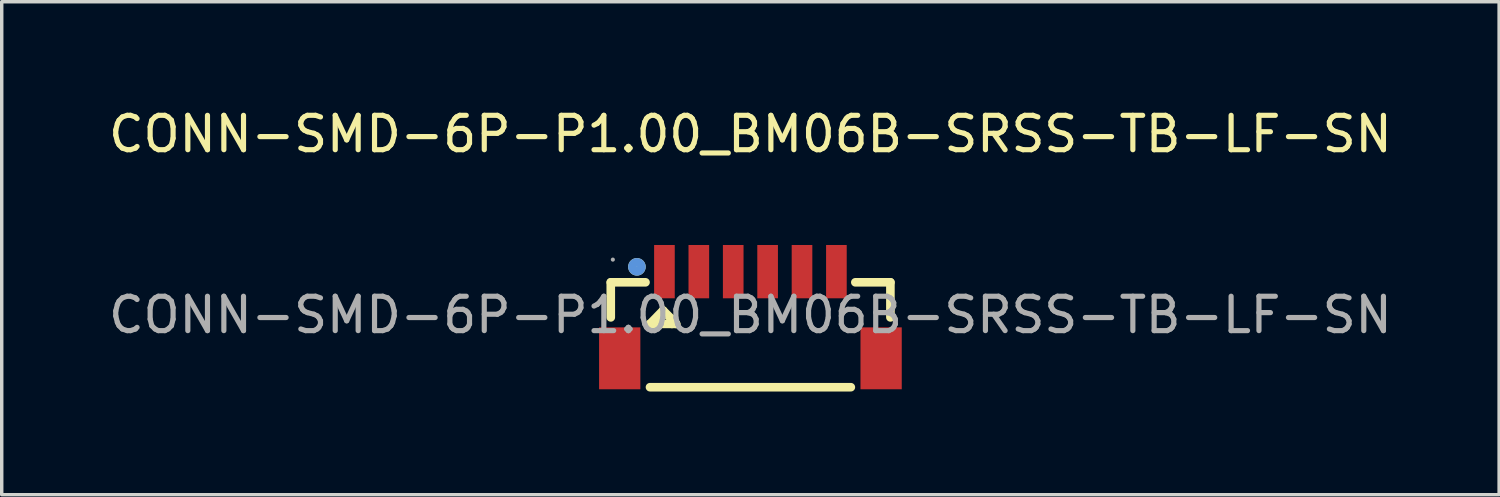
<source format=kicad_pcb>
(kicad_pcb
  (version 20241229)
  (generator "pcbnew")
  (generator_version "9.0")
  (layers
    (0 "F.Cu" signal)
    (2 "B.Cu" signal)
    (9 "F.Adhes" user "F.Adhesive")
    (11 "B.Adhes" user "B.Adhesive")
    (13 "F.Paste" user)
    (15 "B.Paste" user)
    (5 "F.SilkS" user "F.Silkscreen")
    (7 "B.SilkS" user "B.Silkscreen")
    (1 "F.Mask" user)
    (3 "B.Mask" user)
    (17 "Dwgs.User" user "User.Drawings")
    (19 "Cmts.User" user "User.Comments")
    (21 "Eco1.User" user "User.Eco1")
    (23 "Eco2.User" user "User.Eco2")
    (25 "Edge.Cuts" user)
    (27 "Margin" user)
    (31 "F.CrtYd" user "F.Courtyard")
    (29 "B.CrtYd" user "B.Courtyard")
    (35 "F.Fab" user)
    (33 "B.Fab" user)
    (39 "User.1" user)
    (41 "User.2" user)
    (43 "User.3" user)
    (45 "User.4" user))
  (footprint "CONN-SMD-6P-P1.00_BM06B-SRSS-TB-LF-SN"
    (layer "F.Cu")
    (at 18.768 6.108)
    (property "Reference" "CONN-SMD-6P-P1.00_BM06B-SRSS-TB-LF-SN" (at 0 -5.26 0) (layer "F.SilkS") (effects (font (size 1 1) (thickness 0.15))))
    (attr smd)
    (fp_line (start -4.06 -0.95) (end -3.05 -0.95) (stroke (width 0.25) (type solid)) (layer "F.SilkS"))
    (fp_line (start -4.06 0.07) (end -4.06 -0.95) (stroke (width 0.25) (type solid)) (layer "F.SilkS"))
    (fp_line (start -2.92 0.26) (end -2.28 0.26) (stroke (width 0.25) (type solid)) (layer "F.SilkS"))
    (fp_line (start -2.92 2.1) (end 2.92 2.1) (stroke (width 0.25) (type solid)) (layer "F.SilkS"))
    (fp_line (start -2.54 -0.13) (end -2.92 0.26) (stroke (width 0.25) (type solid)) (layer "F.SilkS"))
    (fp_line (start -2.28 0.13) (end -2.54 -0.13) (stroke (width 0.25) (type solid)) (layer "F.SilkS"))
    (fp_line (start -2.28 0.26) (end -2.16 0.26) (stroke (width 0.25) (type solid)) (layer "F.SilkS"))
    (fp_line (start -2.16 0.26) (end -2.28 0.13) (stroke (width 0.25) (type solid)) (layer "F.SilkS"))
    (fp_line (start 3.05 -0.95) (end 4.07 -0.95) (stroke (width 0.25) (type solid)) (layer "F.SilkS"))
    (fp_line (start 4.07 -0.95) (end 4.07 0.07) (stroke (width 0.25) (type solid)) (layer "F.SilkS"))
    (fp_circle (center -3.3 -1.4) (end -3.17 -1.4) (stroke (width 0.25) (type solid)) (fill no) (layer "F.SilkS"))
    (fp_circle (center -3.3 -1.4) (end -3.17 -1.4) (stroke (width 0.25) (type solid)) (fill no) (layer "Cmts.User"))
    (fp_circle (center -4 -1.61) (end -3.97 -1.61) (stroke (width 0.06) (type solid)) (fill no) (layer "F.Fab"))
    (fp_text user "${REFERENCE}" (at 0 0 0) (layer "F.Fab") (effects (font (size 1 1) (thickness 0.15))))
    (pad "1" smd rect (at -2.5 -1.26) (size 0.6 1.55) (layers "F.Cu" "F.Mask" "F.Paste"))
    (pad "2" smd rect (at -1.5 -1.26) (size 0.6 1.55) (layers "F.Cu" "F.Mask" "F.Paste"))
    (pad "3" smd rect (at -0.5 -1.26) (size 0.6 1.55) (layers "F.Cu" "F.Mask" "F.Paste"))
    (pad "4" smd rect (at 0.5 -1.26) (size 0.6 1.55) (layers "F.Cu" "F.Mask" "F.Paste"))
    (pad "5" smd rect (at 1.5 -1.26) (size 0.6 1.55) (layers "F.Cu" "F.Mask" "F.Paste"))
    (pad "6" smd rect (at 2.5 -1.26) (size 0.6 1.55) (layers "F.Cu" "F.Mask" "F.Paste"))
    (pad "7" smd rect (at 3.8 1.26) (size 1.2 1.8) (layers "F.Cu" "F.Mask" "F.Paste"))
    (pad "8" smd rect (at -3.8 1.26) (size 1.2 1.8) (layers "F.Cu" "F.Mask" "F.Paste")))
  (gr_rect
    (start -3 -3)
    (end 40.536 11.333)
    (stroke (width 0.1) (type default))
    (fill no)
    (layer "Edge.Cuts")))
</source>
